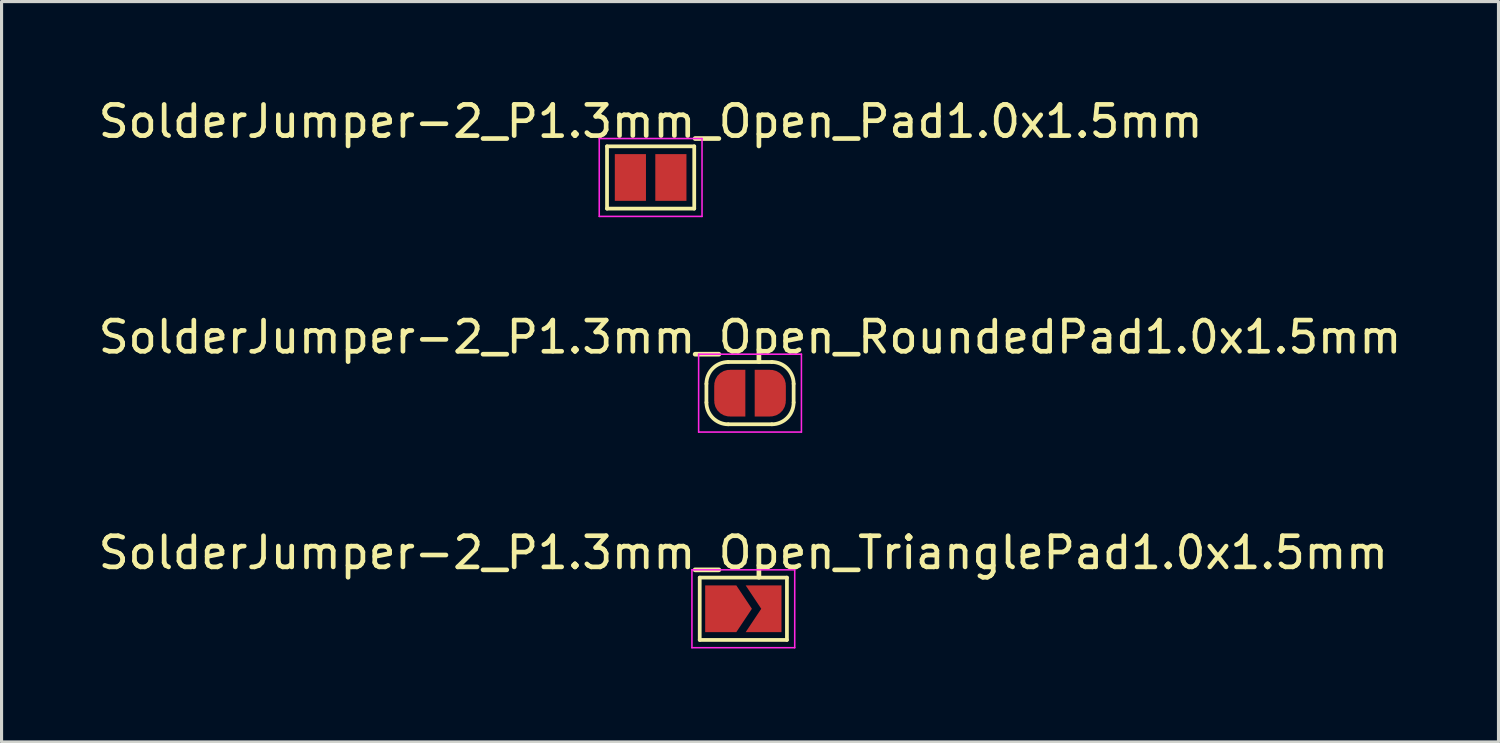
<source format=kicad_pcb>
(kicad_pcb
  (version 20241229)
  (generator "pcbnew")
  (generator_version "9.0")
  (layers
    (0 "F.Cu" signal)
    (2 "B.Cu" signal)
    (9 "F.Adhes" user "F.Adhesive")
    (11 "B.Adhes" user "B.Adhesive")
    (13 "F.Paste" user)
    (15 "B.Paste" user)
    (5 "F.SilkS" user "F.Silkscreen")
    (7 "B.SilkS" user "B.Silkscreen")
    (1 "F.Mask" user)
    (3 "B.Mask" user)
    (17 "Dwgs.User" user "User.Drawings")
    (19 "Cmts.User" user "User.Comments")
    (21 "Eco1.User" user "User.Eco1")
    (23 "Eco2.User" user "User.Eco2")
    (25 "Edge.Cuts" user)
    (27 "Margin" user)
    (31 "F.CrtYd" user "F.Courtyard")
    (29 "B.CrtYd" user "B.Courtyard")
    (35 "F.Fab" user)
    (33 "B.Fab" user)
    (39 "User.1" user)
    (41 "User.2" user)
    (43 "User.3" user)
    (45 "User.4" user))
  (footprint "SolderJumper-2_P1.3mm_Open_RoundedPad1.0x1.5mm"
    (layer "F.Cu")
    (at 21.03 9.572)
    (property "Reference" "SolderJumper-2_P1.3mm_Open_RoundedPad1.0x1.5mm" (at 0 -1.8 0) (layer "F.SilkS") (effects (font (size 1 1) (thickness 0.15))))
    (attr exclude_from_pos_files exclude_from_bom)
    (fp_rect (start 0.5 -0.725) (end -0.5 0.725) (stroke (width 0.05) (type solid)) (fill yes) (layer "F.Mask"))
    (fp_line (start -1.4 0.3) (end -1.4 -0.3) (stroke (width 0.12) (type solid)) (layer "F.SilkS"))
    (fp_line (start -0.7 -1) (end 0.7 -1) (stroke (width 0.12) (type solid)) (layer "F.SilkS"))
    (fp_line (start 0.7 1) (end -0.7 1) (stroke (width 0.12) (type solid)) (layer "F.SilkS"))
    (fp_line (start 1.4 -0.3) (end 1.4 0.3) (stroke (width 0.12) (type solid)) (layer "F.SilkS"))
    (fp_arc (start -1.4 -0.3) (mid -1.194975 -0.794975) (end -0.7 -1) (stroke (width 0.12) (type solid)) (layer "F.SilkS"))
    (fp_arc (start -0.7 1) (mid -1.194975 0.794975) (end -1.4 0.3) (stroke (width 0.12) (type solid)) (layer "F.SilkS"))
    (fp_arc (start 0.7 -1) (mid 1.194975 -0.794975) (end 1.4 -0.3) (stroke (width 0.12) (type solid)) (layer "F.SilkS"))
    (fp_arc (start 1.4 0.3) (mid 1.194975 0.794975) (end 0.7 1) (stroke (width 0.12) (type solid)) (layer "F.SilkS"))
    (fp_line (start -1.65 -1.25) (end -1.65 1.25) (stroke (width 0.05) (type solid)) (layer "F.CrtYd"))
    (fp_line (start -1.65 -1.25) (end 1.65 -1.25) (stroke (width 0.05) (type solid)) (layer "F.CrtYd"))
    (fp_line (start 1.65 1.25) (end -1.65 1.25) (stroke (width 0.05) (type solid)) (layer "F.CrtYd"))
    (fp_line (start 1.65 1.25) (end 1.65 -1.25) (stroke (width 0.05) (type solid)) (layer "F.CrtYd"))
    (pad "1" smd custom (at -0.65 0) (size 1 0.5) (layers "F.Cu" "F.Mask") (options (anchor rect)) (primitives (gr_circle (center 0 0.25) (end 0.5 0.25) (width 0) (fill yes)) (gr_circle (center 0 -0.25) (end 0.5 -0.25) (width 0) (fill yes)) (gr_poly (pts (xy 0.5 0.75) (xy 0 0.75) (xy 0 -0.75) (xy 0.5 -0.75)) (width 0) (fill yes))))
    (pad "2" smd custom (at 0.65 0) (size 1 0.5) (layers "F.Cu" "F.Mask") (options (anchor rect)) (primitives (gr_circle (center 0 0.25) (end 0.5 0.25) (width 0) (fill yes)) (gr_circle (center 0 -0.25) (end 0.5 -0.25) (width 0) (fill yes)) (gr_poly (pts (xy 0 0.75) (xy -0.5 0.75) (xy -0.5 -0.75) (xy 0 -0.75)) (width 0) (fill yes)))))
  (footprint "SolderJumper-2_P1.3mm_Open_TrianglePad1.0x1.5mm"
    (layer "F.Cu")
    (at 20.815 16.495)
    (property "Reference" "SolderJumper-2_P1.3mm_Open_TrianglePad1.0x1.5mm" (at 0 -1.8 0) (layer "F.SilkS") (effects (font (size 1 1) (thickness 0.15))))
    (attr exclude_from_pos_files exclude_from_bom)
    (fp_rect (start 0.65 -0.725) (end -0.525 0.725) (stroke (width 0.05) (type solid)) (fill yes) (layer "F.Mask"))
    (fp_line (start -1.4 -1) (end 1.4 -1) (stroke (width 0.12) (type solid)) (layer "F.SilkS"))
    (fp_line (start -1.4 1) (end -1.4 -1) (stroke (width 0.12) (type solid)) (layer "F.SilkS"))
    (fp_line (start 1.4 -1) (end 1.4 1) (stroke (width 0.12) (type solid)) (layer "F.SilkS"))
    (fp_line (start 1.4 1) (end -1.4 1) (stroke (width 0.12) (type solid)) (layer "F.SilkS"))
    (fp_line (start -1.65 -1.25) (end -1.65 1.25) (stroke (width 0.05) (type solid)) (layer "F.CrtYd"))
    (fp_line (start -1.65 -1.25) (end 1.65 -1.25) (stroke (width 0.05) (type solid)) (layer "F.CrtYd"))
    (fp_line (start 1.65 1.25) (end -1.65 1.25) (stroke (width 0.05) (type solid)) (layer "F.CrtYd"))
    (fp_line (start 1.65 1.25) (end 1.65 -1.25) (stroke (width 0.05) (type solid)) (layer "F.CrtYd"))
    (pad "1" smd custom (at -0.725 0) (size 0.3 0.3) (layers "F.Cu" "F.Mask") (options (anchor rect)) (primitives (gr_poly (pts (xy 1 0) (xy 0.5 0.75) (xy -0.5 0.75) (xy -0.5 -0.75) (xy 0.5 -0.75)) (width 0) (fill yes))))
    (pad "2" smd custom (at 0.725 0) (size 0.3 0.3) (layers "F.Cu" "F.Mask") (options (anchor rect)) (primitives (gr_poly (pts (xy 0.5 0.75) (xy -0.65 0.75) (xy -0.15 0) (xy -0.65 -0.75) (xy 0.5 -0.75)) (width 0) (fill yes)))))
  (footprint "SolderJumper-2_P1.3mm_Open_Pad1.0x1.5mm"
    (layer "F.Cu")
    (at 17.839 2.648)
    (property "Reference" "SolderJumper-2_P1.3mm_Open_Pad1.0x1.5mm" (at 0 -1.8 0) (layer "F.SilkS") (effects (font (size 1 1) (thickness 0.15))))
    (attr exclude_from_pos_files exclude_from_bom)
    (fp_rect (start 0.5 -0.725) (end -0.5 0.725) (stroke (width 0.05) (type solid)) (fill yes) (layer "F.Mask"))
    (fp_line (start -1.4 -1) (end 1.4 -1) (stroke (width 0.12) (type solid)) (layer "F.SilkS"))
    (fp_line (start -1.4 1) (end -1.4 -1) (stroke (width 0.12) (type solid)) (layer "F.SilkS"))
    (fp_line (start 1.4 -1) (end 1.4 1) (stroke (width 0.12) (type solid)) (layer "F.SilkS"))
    (fp_line (start 1.4 1) (end -1.4 1) (stroke (width 0.12) (type solid)) (layer "F.SilkS"))
    (fp_line (start -1.65 -1.25) (end -1.65 1.25) (stroke (width 0.05) (type solid)) (layer "F.CrtYd"))
    (fp_line (start -1.65 -1.25) (end 1.65 -1.25) (stroke (width 0.05) (type solid)) (layer "F.CrtYd"))
    (fp_line (start 1.65 1.25) (end -1.65 1.25) (stroke (width 0.05) (type solid)) (layer "F.CrtYd"))
    (fp_line (start 1.65 1.25) (end 1.65 -1.25) (stroke (width 0.05) (type solid)) (layer "F.CrtYd"))
    (pad "1" smd rect (at -0.65 0) (size 1 1.5) (layers "F.Cu" "F.Mask"))
    (pad "2" smd rect (at 0.65 0) (size 1 1.5) (layers "F.Cu" "F.Mask")))
  (gr_rect
    (start -3 -3)
    (end 45.06 20.77)
    (stroke (width 0.1) (type default))
    (fill no)
    (layer "Edge.Cuts")))
</source>
